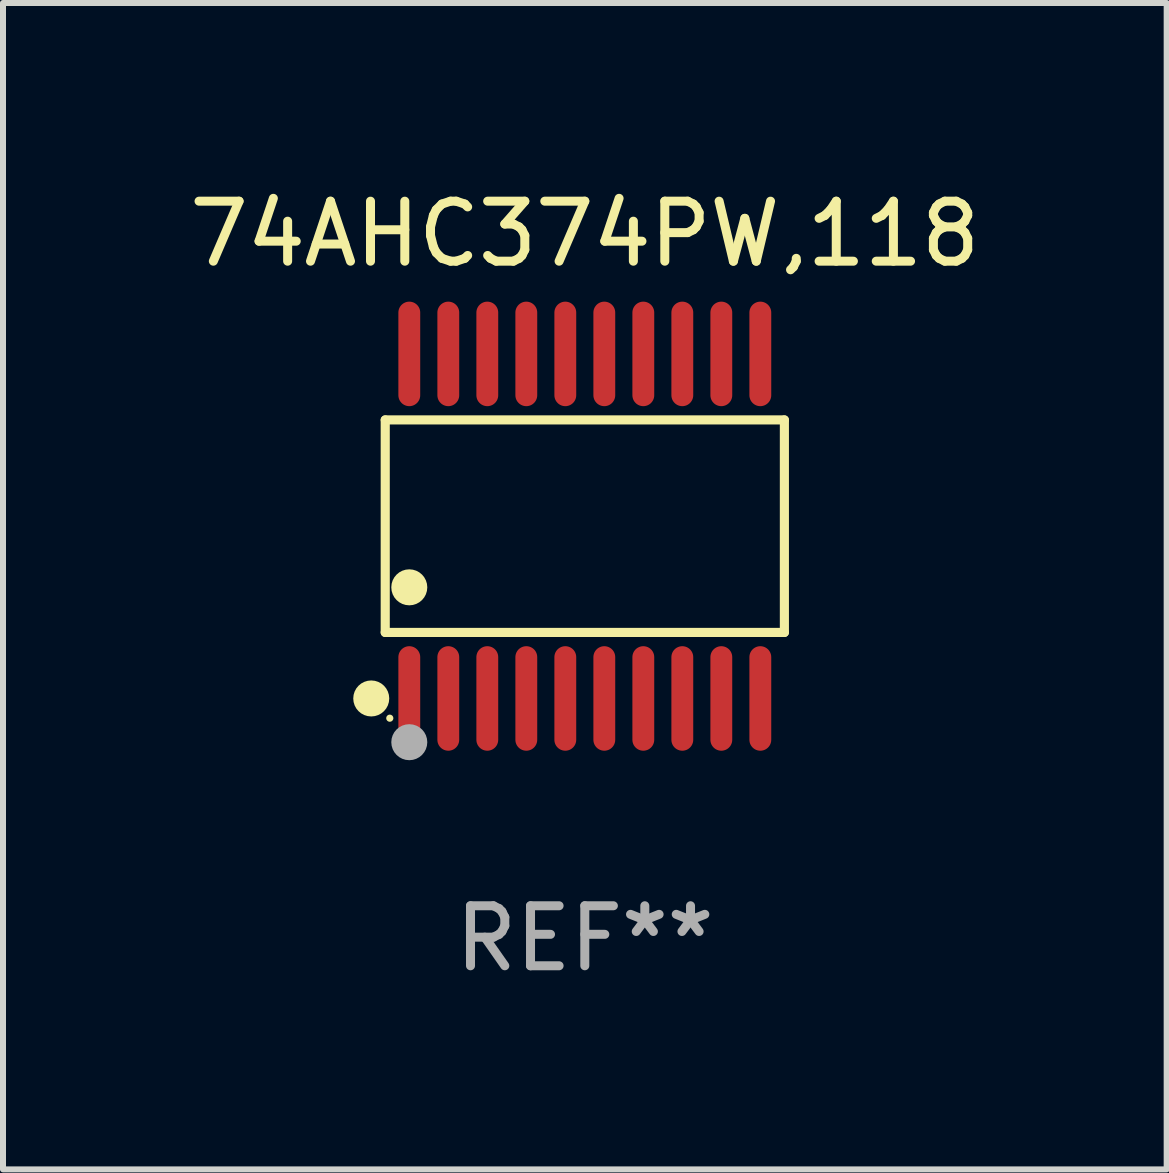
<source format=kicad_pcb>
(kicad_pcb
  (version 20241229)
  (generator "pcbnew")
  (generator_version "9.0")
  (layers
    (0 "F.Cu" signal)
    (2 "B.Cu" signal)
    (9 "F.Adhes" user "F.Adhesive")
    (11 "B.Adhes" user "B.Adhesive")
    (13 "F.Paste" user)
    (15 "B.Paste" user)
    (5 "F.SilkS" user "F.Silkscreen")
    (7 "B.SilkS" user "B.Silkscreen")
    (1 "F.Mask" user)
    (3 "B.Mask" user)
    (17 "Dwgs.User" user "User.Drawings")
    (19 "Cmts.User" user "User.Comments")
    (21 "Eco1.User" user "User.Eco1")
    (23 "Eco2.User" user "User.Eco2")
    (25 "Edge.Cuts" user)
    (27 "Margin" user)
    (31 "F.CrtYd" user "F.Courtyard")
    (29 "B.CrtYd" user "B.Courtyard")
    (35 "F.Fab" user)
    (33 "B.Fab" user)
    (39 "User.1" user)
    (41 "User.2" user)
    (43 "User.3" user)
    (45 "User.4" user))
  (footprint "74AHC374PW,118"
    (layer "F.Cu")
    (at 6.696 5.719)
    (property "Reference" "74AHC374PW,118" (at 0 -4.871 0) (layer "F.SilkS") (effects (font (size 1 1) (thickness 0.15))))
    (attr through_hole)
    (fp_line (start -3.326 -1.771) (end 3.326 -1.771) (stroke (width 0.152) (type solid)) (layer "F.SilkS"))
    (fp_line (start -3.326 1.771) (end -3.326 -1.771) (stroke (width 0.152) (type solid)) (layer "F.SilkS"))
    (fp_line (start 3.326 -1.771) (end 3.326 1.771) (stroke (width 0.152) (type solid)) (layer "F.SilkS"))
    (fp_line (start 3.326 1.771) (end -3.326 1.771) (stroke (width 0.152) (type solid)) (layer "F.SilkS"))
    (fp_circle (center -3.559 2.871) (end -3.409 2.871) (stroke (width 0.3) (type solid)) (fill no) (layer "F.SilkS"))
    (fp_circle (center -3.25 3.2) (end -3.22 3.2) (stroke (width 0.06) (type solid)) (fill no) (layer "F.SilkS"))
    (fp_circle (center -2.925 1.019) (end -2.775 1.019) (stroke (width 0.3) (type solid)) (fill no) (layer "F.SilkS"))
    (fp_circle (center -2.925 3.6) (end -2.775 3.6) (stroke (width 0.3) (type solid)) (fill no) (layer "F.Fab"))
    (fp_text user "REF**" (at 0 6.871 0) (layer "F.Fab") (effects (font (size 1 1) (thickness 0.15))))
    (pad "1" smd oval (at -2.925 2.871) (size 0.364 1.742) (layers "F.Cu" "F.Mask" "F.Paste"))
    (pad "2" smd oval (at -2.275 2.871) (size 0.364 1.742) (layers "F.Cu" "F.Mask" "F.Paste"))
    (pad "3" smd oval (at -1.625 2.871) (size 0.364 1.742) (layers "F.Cu" "F.Mask" "F.Paste"))
    (pad "4" smd oval (at -0.975 2.871) (size 0.364 1.742) (layers "F.Cu" "F.Mask" "F.Paste"))
    (pad "5" smd oval (at -0.325 2.871) (size 0.364 1.742) (layers "F.Cu" "F.Mask" "F.Paste"))
    (pad "6" smd oval (at 0.325 2.871) (size 0.364 1.742) (layers "F.Cu" "F.Mask" "F.Paste"))
    (pad "7" smd oval (at 0.975 2.871) (size 0.364 1.742) (layers "F.Cu" "F.Mask" "F.Paste"))
    (pad "8" smd oval (at 1.625 2.871) (size 0.364 1.742) (layers "F.Cu" "F.Mask" "F.Paste"))
    (pad "9" smd oval (at 2.275 2.871) (size 0.364 1.742) (layers "F.Cu" "F.Mask" "F.Paste"))
    (pad "10" smd oval (at 2.925 2.871) (size 0.364 1.742) (layers "F.Cu" "F.Mask" "F.Paste"))
    (pad "11" smd oval (at 2.925 -2.871) (size 0.364 1.742) (layers "F.Cu" "F.Mask" "F.Paste"))
    (pad "12" smd oval (at 2.275 -2.871) (size 0.364 1.742) (layers "F.Cu" "F.Mask" "F.Paste"))
    (pad "13" smd oval (at 1.625 -2.871) (size 0.364 1.742) (layers "F.Cu" "F.Mask" "F.Paste"))
    (pad "14" smd oval (at 0.975 -2.871) (size 0.364 1.742) (layers "F.Cu" "F.Mask" "F.Paste"))
    (pad "15" smd oval (at 0.325 -2.871) (size 0.364 1.742) (layers "F.Cu" "F.Mask" "F.Paste"))
    (pad "16" smd oval (at -0.325 -2.871) (size 0.364 1.742) (layers "F.Cu" "F.Mask" "F.Paste"))
    (pad "17" smd oval (at -0.975 -2.871) (size 0.364 1.742) (layers "F.Cu" "F.Mask" "F.Paste"))
    (pad "18" smd oval (at -1.625 -2.871) (size 0.364 1.742) (layers "F.Cu" "F.Mask" "F.Paste"))
    (pad "19" smd oval (at -2.275 -2.871) (size 0.364 1.742) (layers "F.Cu" "F.Mask" "F.Paste"))
    (pad "20" smd oval (at -2.925 -2.871) (size 0.364 1.742) (layers "F.Cu" "F.Mask" "F.Paste")))
  (gr_rect
    (start -3 -3)
    (end 16.393 16.438)
    (stroke (width 0.1) (type default))
    (fill no)
    (layer "Edge.Cuts")))
</source>
